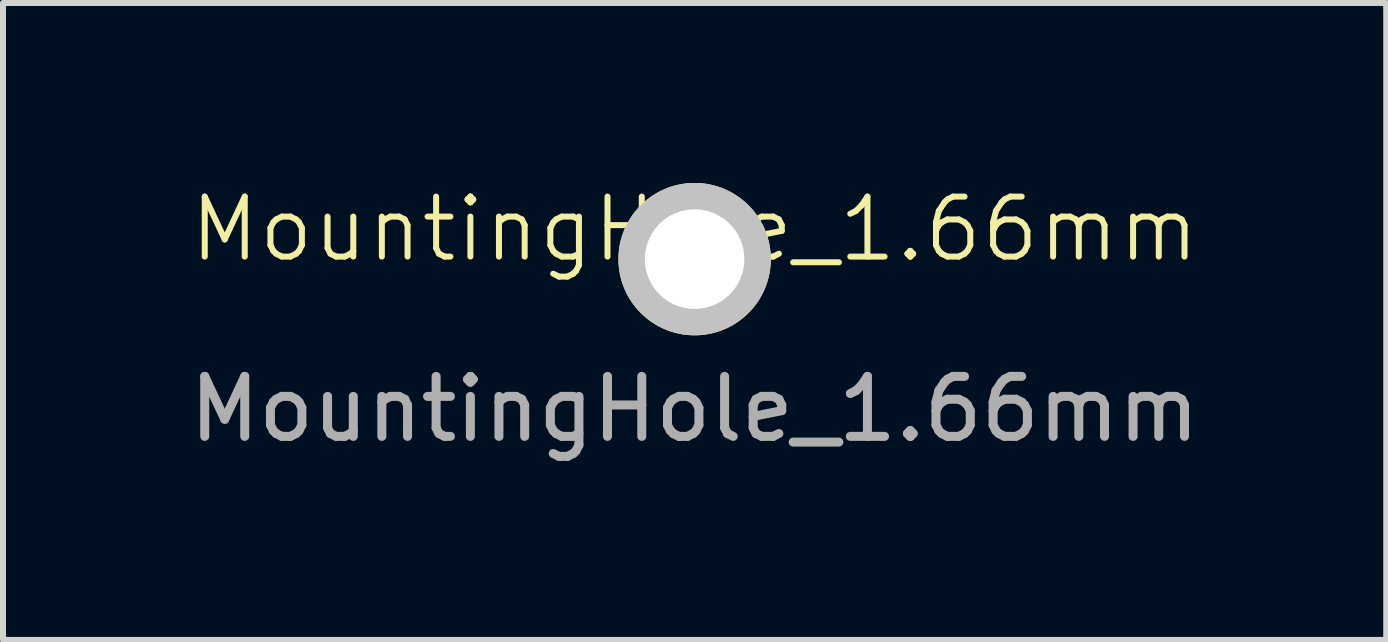
<source format=kicad_pcb>
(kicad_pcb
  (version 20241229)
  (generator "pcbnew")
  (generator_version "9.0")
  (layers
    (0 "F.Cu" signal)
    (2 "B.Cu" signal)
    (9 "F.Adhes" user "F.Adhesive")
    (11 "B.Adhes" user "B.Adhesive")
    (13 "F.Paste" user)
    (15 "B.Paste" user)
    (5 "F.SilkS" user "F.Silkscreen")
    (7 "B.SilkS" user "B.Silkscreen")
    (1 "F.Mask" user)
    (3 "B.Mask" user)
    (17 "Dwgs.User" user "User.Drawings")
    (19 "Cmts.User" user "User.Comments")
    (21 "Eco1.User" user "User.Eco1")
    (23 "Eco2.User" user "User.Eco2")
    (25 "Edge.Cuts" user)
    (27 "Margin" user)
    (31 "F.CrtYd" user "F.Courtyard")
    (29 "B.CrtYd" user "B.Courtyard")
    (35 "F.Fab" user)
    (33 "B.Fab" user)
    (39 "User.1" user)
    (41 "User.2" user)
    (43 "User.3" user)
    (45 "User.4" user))
  (footprint "MountingHole_1.66mm"
    (layer "F.Cu")
    (at 8.53 1.27)
    (property "Reference" "MountingHole_1.66mm" (at 0 -0.5 0) (unlocked yes) (layer "F.SilkS") (effects (font (size 1 1) (thickness 0.1))))
    (attr exclude_from_pos_files exclude_from_bom)
    (fp_text user "${REFERENCE}" (at 0 2.5 0) (unlocked yes) (layer "F.Fab") (effects (font (size 1 1) (thickness 0.15))))
    (pad "" np_thru_hole circle (at 0 0) (size 2.54 2.54) (drill 1.66) (layers "*.Mask" "F.SilkS" "Dwgs.User")))
  (gr_rect
    (start -3 -3)
    (end 20.06 7.618)
    (stroke (width 0.1) (type default))
    (fill no)
    (layer "Edge.Cuts")))
</source>
